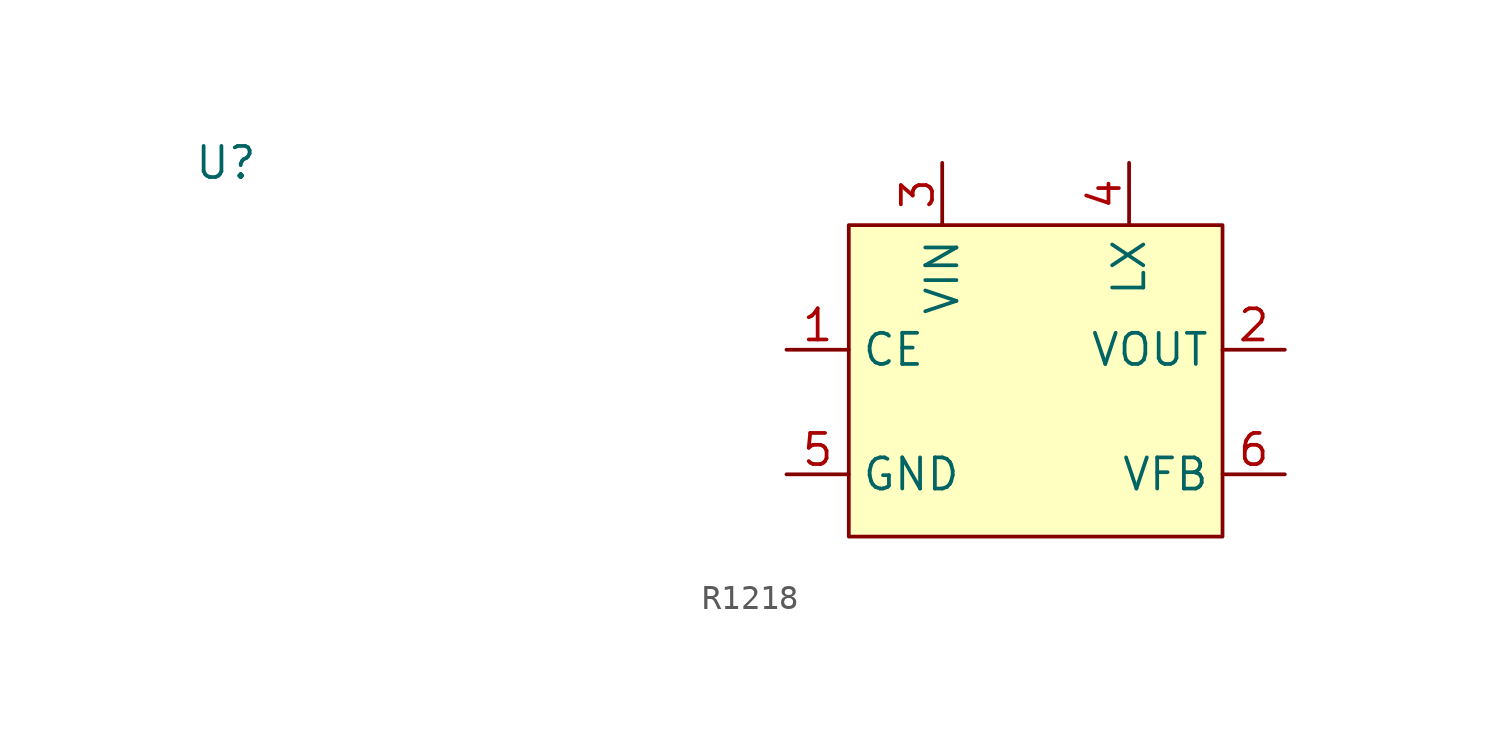
<source format=kicad_sym>
(kicad_symbol_lib
  (version 20220914)
  (generator kicad_symbol_editor)
  (symbol "R1218"
    (property "Reference" "U"
      (at -33.02 8.89 0)
      (effects (font (size 1.27 1.27))))
    (property "Value" ""
      (at -33.02 8.89 0)
      (effects (font (size 1.27 1.27))))
    (symbol "R1218_1_1"
      (rectangle (start -7.62 6.35) (end 7.62 -6.35) (stroke (width 0) (type default)) (fill (type background)))
      (pin input line (at -10.16 1.27 0) (length 2.54) (name "CE" (effects (font (size 1.27 1.27)))) (number "1" (effects (font (size 1.27 1.27)))))
      (pin power_out line (at 10.16 1.27 180) (length 2.54) (name "VOUT" (effects (font (size 1.27 1.27)))) (number "2" (effects (font (size 1.27 1.27)))))
      (pin power_in line (at -3.81 8.89 270) (length 2.54) (name "VIN" (effects (font (size 1.27 1.27)))) (number "3" (effects (font (size 1.27 1.27)))))
      (pin open_collector line (at 3.81 8.89 270) (length 2.54) (name "LX" (effects (font (size 1.27 1.27)))) (number "4" (effects (font (size 1.27 1.27)))))
      (pin power_in line (at -10.16 -3.81 0) (length 2.54) (name "GND" (effects (font (size 1.27 1.27)))) (number "5" (effects (font (size 1.27 1.27)))))
      (pin input line (at 10.16 -3.81 180) (length 2.54) (name "VFB" (effects (font (size 1.27 1.27)))) (number "6" (effects (font (size 1.27 1.27))))))))
</source>
